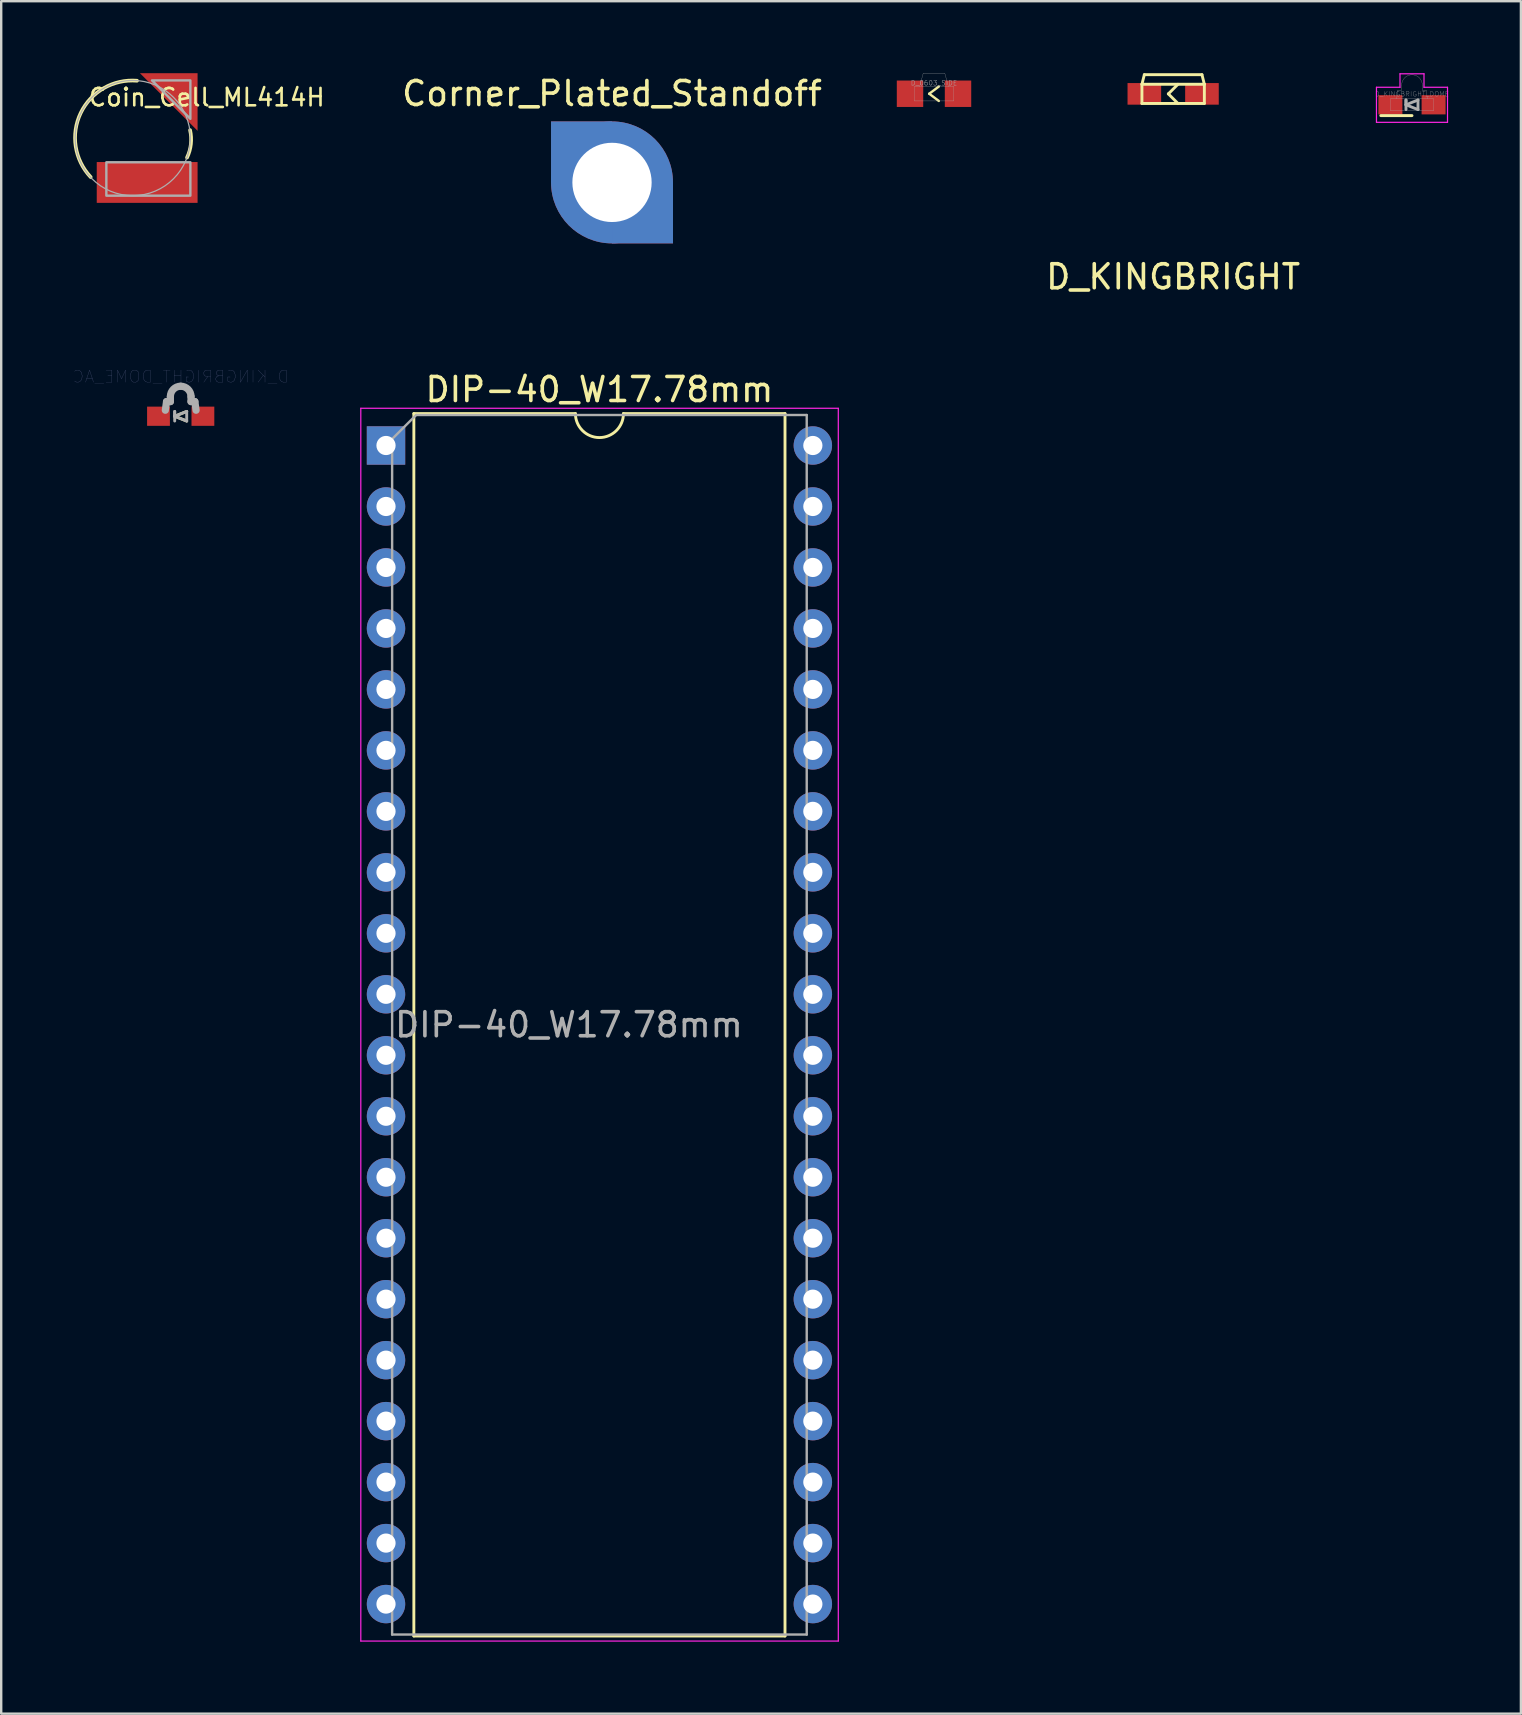
<source format=kicad_pcb>
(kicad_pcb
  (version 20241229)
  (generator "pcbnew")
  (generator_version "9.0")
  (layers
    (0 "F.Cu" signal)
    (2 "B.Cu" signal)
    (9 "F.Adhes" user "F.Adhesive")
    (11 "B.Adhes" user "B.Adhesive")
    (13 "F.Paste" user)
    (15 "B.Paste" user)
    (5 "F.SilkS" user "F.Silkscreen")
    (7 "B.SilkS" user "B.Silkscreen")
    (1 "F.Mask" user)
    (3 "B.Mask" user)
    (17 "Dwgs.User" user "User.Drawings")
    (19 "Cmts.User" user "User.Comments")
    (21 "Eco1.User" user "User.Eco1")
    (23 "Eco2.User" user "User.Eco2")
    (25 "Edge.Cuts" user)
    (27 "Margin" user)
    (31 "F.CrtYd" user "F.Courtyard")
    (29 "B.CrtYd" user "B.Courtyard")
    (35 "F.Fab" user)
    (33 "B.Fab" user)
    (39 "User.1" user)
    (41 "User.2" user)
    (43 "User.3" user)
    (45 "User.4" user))
  (footprint "D_KINGBRIGHT"
    (layer "F.Cu")
    (at 45.817 0.86)
    (property "Reference" "D_KINGBRIGHT" (at 0 7.62 0) (layer "F.SilkS") (effects (font (size 1 1) (thickness 0.15))))
    (attr through_hole)
    (fp_line (start -1.3 -0.4) (end -1.2 -0.8) (stroke (width 0.12) (type solid)) (layer "F.SilkS"))
    (fp_line (start -1.3 -0.4) (end 1.3 -0.4) (stroke (width 0.12) (type solid)) (layer "F.SilkS"))
    (fp_line (start -1.3 0.4) (end -1.3 -0.4) (stroke (width 0.12) (type solid)) (layer "F.SilkS"))
    (fp_line (start -1.2 -0.8) (end 1.2 -0.8) (stroke (width 0.12) (type solid)) (layer "F.SilkS"))
    (fp_line (start -0.2 0) (end 0.2 0.4) (stroke (width 0.12) (type solid)) (layer "F.SilkS"))
    (fp_line (start 0.2 -0.4) (end -0.2 0) (stroke (width 0.12) (type solid)) (layer "F.SilkS"))
    (fp_line (start 1.2 -0.8) (end 1.3 -0.4) (stroke (width 0.12) (type solid)) (layer "F.SilkS"))
    (fp_line (start 1.3 -0.4) (end 1.3 0.4) (stroke (width 0.12) (type solid)) (layer "F.SilkS"))
    (fp_line (start 1.3 0.4) (end -1.3 0.4) (stroke (width 0.12) (type solid)) (layer "F.SilkS"))
    (pad "1" smd rect (at -1.2 0) (size 1.4 0.9) (layers "F.Cu" "F.Mask" "F.Paste"))
    (pad "2" smd rect (at 1.2 0) (size 1.4 0.9) (layers "F.Cu" "F.Mask" "F.Paste")))
  (footprint "D_KINGBRIGHT_DOME_AC"
    (layer "F.Cu")
    (at 4.477 14.288)
    (property "Reference" "D_KINGBRIGHT_DOME_AC" (at 0 -1.65 0) (layer "B.Fab") (effects (font (size 0.5 0.5) (thickness 0.01)) (justify mirror)))
    (attr smd)
    (fp_line (start -0.25 0) (end 0.25 -0.2) (stroke (width 0.12) (type solid)) (layer "F.SilkS"))
    (fp_line (start -0.25 0) (end 0.25 0.2) (stroke (width 0.12) (type solid)) (layer "F.SilkS"))
    (fp_line (start -0.64 -0.25) (end -0.59 -0.61) (stroke (width 0.3) (type solid)) (layer "F.Fab"))
    (fp_line (start -0.59 -0.61) (end -0.43 -0.61) (stroke (width 0.3) (type solid)) (layer "F.Fab"))
    (fp_line (start -0.43 -0.61) (end -0.43 -0.82) (stroke (width 0.3) (type solid)) (layer "F.Fab"))
    (fp_line (start -0.25 -0.2) (end -0.25 0.2) (stroke (width 0.12) (type solid)) (layer "F.Fab"))
    (fp_line (start -0.25 0) (end -0.25 -0.2) (stroke (width 0.12) (type solid)) (layer "F.Fab"))
    (fp_line (start -0.25 0) (end 0.25 -0.2) (stroke (width 0.12) (type solid)) (layer "F.Fab"))
    (fp_line (start 0.25 -0.2) (end 0.25 0.2) (stroke (width 0.12) (type solid)) (layer "F.Fab"))
    (fp_line (start 0.25 0.2) (end -0.25 0) (stroke (width 0.12) (type solid)) (layer "F.Fab"))
    (fp_line (start 0.43 -0.61) (end 0.43 -0.82) (stroke (width 0.3) (type solid)) (layer "F.Fab"))
    (fp_line (start 0.43 -0.61) (end 0.59 -0.61) (stroke (width 0.3) (type solid)) (layer "F.Fab"))
    (fp_line (start 0.64 -0.25) (end 0.59 -0.61) (stroke (width 0.3) (type solid)) (layer "F.Fab"))
    (fp_arc (start -0.43 -0.82) (mid -0.304056 -1.124055) (end 0 -1.25) (stroke (width 0.3) (type default)) (layer "F.Fab"))
    (fp_arc (start 0 -1.25) (mid 0.304055 -1.124056) (end 0.43 -0.82) (stroke (width 0.3) (type default)) (layer "F.Fab"))
    (fp_rect (start -0.9 -0.25) (end 0.9 0.25) (stroke (width 0.3) (type default)) (fill no) (layer "User.1"))
    (pad "A" smd rect (at 0.925 0) (size 0.95 0.8) (layers "F.Cu" "F.Mask" "F.Paste"))
    (pad "C" smd rect (at -0.925 0) (size 0.95 0.8) (layers "F.Cu" "F.Mask" "F.Paste")))
  (footprint "DIP-40_W17.78mm"
    (layer "F.Cu")
    (at 13.029 15.507)
    (property "Reference" "DIP-40_W17.78mm" (at 8.89 -2.33 0) (layer "F.SilkS") (effects (font (size 1 1) (thickness 0.15))))
    (attr through_hole)
    (fp_line (start 1.16 -1.33) (end 1.16 49.59) (stroke (width 0.12) (type solid)) (layer "F.SilkS"))
    (fp_line (start 1.16 49.59) (end 16.62 49.59) (stroke (width 0.12) (type solid)) (layer "F.SilkS"))
    (fp_line (start 7.89 -1.33) (end 1.16 -1.33) (stroke (width 0.12) (type solid)) (layer "F.SilkS"))
    (fp_line (start 16.62 -1.33) (end 9.89 -1.33) (stroke (width 0.12) (type solid)) (layer "F.SilkS"))
    (fp_line (start 16.62 49.59) (end 16.62 -1.33) (stroke (width 0.12) (type solid)) (layer "F.SilkS"))
    (fp_arc (start 9.89 -1.33) (mid 8.89 -0.33) (end 7.89 -1.33) (stroke (width 0.12) (type solid)) (layer "F.SilkS"))
    (fp_line (start -1.05 -1.55) (end -1.05 49.8) (stroke (width 0.05) (type solid)) (layer "F.CrtYd"))
    (fp_line (start -1.05 49.8) (end 18.84 49.8) (stroke (width 0.05) (type solid)) (layer "F.CrtYd"))
    (fp_line (start 18.84 -1.55) (end -1.05 -1.55) (stroke (width 0.05) (type solid)) (layer "F.CrtYd"))
    (fp_line (start 18.84 49.8) (end 18.84 -1.55) (stroke (width 0.05) (type solid)) (layer "F.CrtYd"))
    (fp_line (start 0.255 -0.27) (end 1.255 -1.27) (stroke (width 0.1) (type solid)) (layer "F.Fab"))
    (fp_line (start 0.255 49.53) (end 0.255 -0.27) (stroke (width 0.1) (type solid)) (layer "F.Fab"))
    (fp_line (start 1.255 -1.27) (end 17.525 -1.27) (stroke (width 0.1) (type solid)) (layer "F.Fab"))
    (fp_line (start 17.525 -1.27) (end 17.525 49.53) (stroke (width 0.1) (type solid)) (layer "F.Fab"))
    (fp_line (start 17.525 49.53) (end 0.255 49.53) (stroke (width 0.1) (type solid)) (layer "F.Fab"))
    (fp_text user "${REFERENCE}" (at 7.62 24.13 0) (layer "F.Fab") (effects (font (size 1 1) (thickness 0.15))))
    (pad "1" thru_hole rect (at 0 0) (size 1.6 1.6) (drill 0.8) (layers "*.Cu" "*.Mask"))
    (pad "2" thru_hole oval (at 0 2.54) (size 1.6 1.6) (drill 0.8) (layers "*.Cu" "*.Mask"))
    (pad "3" thru_hole oval (at 0 5.08) (size 1.6 1.6) (drill 0.8) (layers "*.Cu" "*.Mask"))
    (pad "4" thru_hole oval (at 0 7.62) (size 1.6 1.6) (drill 0.8) (layers "*.Cu" "*.Mask"))
    (pad "5" thru_hole oval (at 0 10.16) (size 1.6 1.6) (drill 0.8) (layers "*.Cu" "*.Mask"))
    (pad "6" thru_hole oval (at 0 12.7) (size 1.6 1.6) (drill 0.8) (layers "*.Cu" "*.Mask"))
    (pad "7" thru_hole oval (at 0 15.24) (size 1.6 1.6) (drill 0.8) (layers "*.Cu" "*.Mask"))
    (pad "8" thru_hole oval (at 0 17.78) (size 1.6 1.6) (drill 0.8) (layers "*.Cu" "*.Mask"))
    (pad "9" thru_hole oval (at 0 20.32) (size 1.6 1.6) (drill 0.8) (layers "*.Cu" "*.Mask"))
    (pad "10" thru_hole oval (at 0 22.86) (size 1.6 1.6) (drill 0.8) (layers "*.Cu" "*.Mask"))
    (pad "11" thru_hole oval (at 0 25.4) (size 1.6 1.6) (drill 0.8) (layers "*.Cu" "*.Mask"))
    (pad "12" thru_hole oval (at 0 27.94) (size 1.6 1.6) (drill 0.8) (layers "*.Cu" "*.Mask"))
    (pad "13" thru_hole oval (at 0 30.48) (size 1.6 1.6) (drill 0.8) (layers "*.Cu" "*.Mask"))
    (pad "14" thru_hole oval (at 0 33.02) (size 1.6 1.6) (drill 0.8) (layers "*.Cu" "*.Mask"))
    (pad "15" thru_hole oval (at 0 35.56) (size 1.6 1.6) (drill 0.8) (layers "*.Cu" "*.Mask"))
    (pad "16" thru_hole oval (at 0 38.1) (size 1.6 1.6) (drill 0.8) (layers "*.Cu" "*.Mask"))
    (pad "17" thru_hole oval (at 0 40.64) (size 1.6 1.6) (drill 0.8) (layers "*.Cu" "*.Mask"))
    (pad "18" thru_hole oval (at 0 43.18) (size 1.6 1.6) (drill 0.8) (layers "*.Cu" "*.Mask"))
    (pad "19" thru_hole oval (at 0 45.72) (size 1.6 1.6) (drill 0.8) (layers "*.Cu" "*.Mask"))
    (pad "20" thru_hole oval (at 0 48.26) (size 1.6 1.6) (drill 0.8) (layers "*.Cu" "*.Mask"))
    (pad "21" thru_hole oval (at 17.78 48.26) (size 1.6 1.6) (drill 0.8) (layers "*.Cu" "*.Mask"))
    (pad "22" thru_hole oval (at 17.78 45.72) (size 1.6 1.6) (drill 0.8) (layers "*.Cu" "*.Mask"))
    (pad "23" thru_hole oval (at 17.78 43.18) (size 1.6 1.6) (drill 0.8) (layers "*.Cu" "*.Mask"))
    (pad "24" thru_hole oval (at 17.78 40.64) (size 1.6 1.6) (drill 0.8) (layers "*.Cu" "*.Mask"))
    (pad "25" thru_hole oval (at 17.78 38.1) (size 1.6 1.6) (drill 0.8) (layers "*.Cu" "*.Mask"))
    (pad "26" thru_hole oval (at 17.78 35.56) (size 1.6 1.6) (drill 0.8) (layers "*.Cu" "*.Mask"))
    (pad "27" thru_hole oval (at 17.78 33.02) (size 1.6 1.6) (drill 0.8) (layers "*.Cu" "*.Mask"))
    (pad "28" thru_hole oval (at 17.78 30.48) (size 1.6 1.6) (drill 0.8) (layers "*.Cu" "*.Mask"))
    (pad "29" thru_hole oval (at 17.78 27.94) (size 1.6 1.6) (drill 0.8) (layers "*.Cu" "*.Mask"))
    (pad "30" thru_hole oval (at 17.78 25.4) (size 1.6 1.6) (drill 0.8) (layers "*.Cu" "*.Mask"))
    (pad "31" thru_hole oval (at 17.78 22.86) (size 1.6 1.6) (drill 0.8) (layers "*.Cu" "*.Mask"))
    (pad "32" thru_hole oval (at 17.78 20.32) (size 1.6 1.6) (drill 0.8) (layers "*.Cu" "*.Mask"))
    (pad "33" thru_hole oval (at 17.78 17.78) (size 1.6 1.6) (drill 0.8) (layers "*.Cu" "*.Mask"))
    (pad "34" thru_hole oval (at 17.78 15.24) (size 1.6 1.6) (drill 0.8) (layers "*.Cu" "*.Mask"))
    (pad "35" thru_hole oval (at 17.78 12.7) (size 1.6 1.6) (drill 0.8) (layers "*.Cu" "*.Mask"))
    (pad "36" thru_hole oval (at 17.78 10.16) (size 1.6 1.6) (drill 0.8) (layers "*.Cu" "*.Mask"))
    (pad "37" thru_hole oval (at 17.78 7.62) (size 1.6 1.6) (drill 0.8) (layers "*.Cu" "*.Mask"))
    (pad "38" thru_hole oval (at 17.78 5.08) (size 1.6 1.6) (drill 0.8) (layers "*.Cu" "*.Mask"))
    (pad "39" thru_hole oval (at 17.78 2.54) (size 1.6 1.6) (drill 0.8) (layers "*.Cu" "*.Mask"))
    (pad "40" thru_hole oval (at 17.78 0) (size 1.6 1.6) (drill 0.8) (layers "*.Cu" "*.Mask")))
  (footprint "Corner_Plated_Standoff"
    (layer "F.Cu")
    (at 22.443 4.548)
    (property "Reference" "Corner_Plated_Standoff" (at 0 -3.7 0) (layer "F.SilkS") (effects (font (size 1 1) (thickness 0.15))))
    (attr through_hole)
    (pad "1" smd rect (at -1.27 -1.27) (size 2.54 2.54) (layers "F.Cu" "F.Mask"))
    (pad "1" smd rect (at -1.27 -1.27) (size 2.54 2.54) (layers "B.Cu" "B.Mask"))
    (pad "1" thru_hole circle (at 0 0) (size 5.08 5.08) (drill 3.302) (layers "*.Cu" "*.Mask"))
    (pad "1" smd rect (at 1.27 1.27) (size 2.54 2.54) (layers "F.Cu" "F.Mask"))
    (pad "1" smd rect (at 1.27 1.27) (size 2.54 2.54) (layers "B.Cu" "B.Mask")))
  (footprint "Coin_Cell_ML414H"
    (layer "F.Cu")
    (at 2.48 2.7)
    (property "Reference" "Coin_Cell_ML414H" (at -1.905 -1.27 0) (layer "F.SilkS") (effects (font (size 0.724 0.724) (thickness 0.109)) (justify left bottom)))
    (attr through_hole)
    (fp_poly (pts (xy -1.5 2.7) (xy 2.7 2.7) (xy 2.7 1) (xy -1.5 1)) (stroke (width 0) (type solid)) (fill yes) (layer "F.Mask"))
    (fp_arc (start -1.752599 1.625602) (mid -2.167967 -1.045069) (end 0.1778 -2.3876) (stroke (width 0.1524) (type solid)) (layer "F.SilkS"))
    (fp_arc (start 2.3876 -0.3302) (mid 2.42159 0.252132) (end 2.260599 0.8128) (stroke (width 0.1524) (type solid)) (layer "F.SilkS"))
    (fp_poly (pts (xy -1.5 2.7) (xy 2.7 2.7) (xy 2.7 1) (xy -1.5 1)) (stroke (width 0) (type solid)) (fill yes) (layer "F.Paste"))
    (fp_circle (center 0 0) (end 2.4 0) (stroke (width 0.051) (type solid)) (fill no) (layer "F.Fab"))
    (fp_poly (pts (xy 0.8 -2.4) (xy 2.4 -2.4) (xy 2.4 -0.8)) (stroke (width 0.1) (type solid)) (fill no) (layer "F.Fab"))
    (fp_poly (pts (xy -1.1 2.4) (xy 2.4 2.4) (xy 2.4 1.01) (xy -1.1 1.01)) (stroke (width 0.1) (type solid)) (fill no) (layer "F.Fab"))
    (pad "1" smd custom (at 1.7 -1.7) (size 0.1 0.1) (layers "F.Cu" "F.Mask" "F.Paste") (options (anchor rect)) (primitives (gr_poly (pts (xy -1.4 -1) (xy 1 -1) (xy 1 1.4)) (width 0) (fill yes))))
    (pad "2" smd rect (at 0.6 1.85) (size 4.2 1.7) (layers "F.Cu" "F.Mask")))
  (footprint "D_0603_SIDE"
    (layer "F.Cu")
    (at 35.856 0.855)
    (property "Reference" "D_0603_SIDE" (at 0 -0.45 0) (layer "F.Fab") (effects (font (size 0.2 0.2) (thickness 0.015))))
    (attr smd)
    (fp_line (start -0.2 0) (end 0.2 -0.3) (stroke (width 0.1) (type solid)) (layer "F.SilkS"))
    (fp_line (start 0.2 0.3) (end -0.2 0) (stroke (width 0.1) (type solid)) (layer "F.SilkS"))
    (fp_line (start -0.825 -0.3) (end 0.825 -0.3) (stroke (width 0.01) (type solid)) (layer "F.Fab"))
    (fp_line (start -0.825 0.3) (end -0.825 -0.3) (stroke (width 0.01) (type solid)) (layer "F.Fab"))
    (fp_line (start -0.45 -0.85) (end -0.6 -0.3) (stroke (width 0.01) (type solid)) (layer "F.Fab"))
    (fp_line (start 0.45 -0.85) (end -0.45 -0.85) (stroke (width 0.01) (type solid)) (layer "F.Fab"))
    (fp_line (start 0.6 -0.3) (end 0.45 -0.85) (stroke (width 0.01) (type solid)) (layer "F.Fab"))
    (fp_line (start 0.825 -0.3) (end 0.825 0.3) (stroke (width 0.01) (type solid)) (layer "F.Fab"))
    (fp_line (start 0.825 0.3) (end -0.825 0.3) (stroke (width 0.01) (type solid)) (layer "F.Fab"))
    (pad "1" smd rect (at -1 0 180) (size 1.1 1.1) (layers "F.Cu" "F.Mask" "F.Paste"))
    (pad "2" smd rect (at 1 0 180) (size 1.1 1.1) (layers "F.Cu" "F.Mask" "F.Paste")))
  (footprint "D_KINGBRIGHT_DOME"
    (layer "F.Cu")
    (at 55.766 1.315)
    (property "Reference" "D_KINGBRIGHT_DOME" (at 0 -0.45 0) (layer "F.Fab") (effects (font (size 0.2 0.2) (thickness 0.01))))
    (attr smd)
    (fp_line (start -1.3 0.45) (end 0 0.45) (stroke (width 0.12) (type solid)) (layer "F.SilkS"))
    (fp_line (start -1.48 -0.73) (end -0.5 -0.73) (stroke (width 0.05) (type default)) (layer "F.CrtYd"))
    (fp_line (start -1.48 0.73) (end -1.48 -0.73) (stroke (width 0.05) (type solid)) (layer "F.CrtYd"))
    (fp_line (start -0.5 -1.29) (end 0.5 -1.29) (stroke (width 0.05) (type default)) (layer "F.CrtYd"))
    (fp_line (start -0.5 -0.73) (end -0.5 -1.29) (stroke (width 0.05) (type default)) (layer "F.CrtYd"))
    (fp_line (start 0.5 -1.29) (end 0.5 -0.73) (stroke (width 0.05) (type default)) (layer "F.CrtYd"))
    (fp_line (start 0.5 -0.73) (end 1.48 -0.73) (stroke (width 0.05) (type default)) (layer "F.CrtYd"))
    (fp_line (start 1.48 -0.73) (end 1.48 0.73) (stroke (width 0.05) (type solid)) (layer "F.CrtYd"))
    (fp_line (start 1.48 0.73) (end -1.48 0.73) (stroke (width 0.05) (type solid)) (layer "F.CrtYd"))
    (fp_line (start -0.9 -0.25) (end 0.9 -0.25) (stroke (width 0.01) (type solid)) (layer "F.Fab"))
    (fp_line (start -0.9 0.25) (end -0.9 -0.25) (stroke (width 0.01) (type solid)) (layer "F.Fab"))
    (fp_line (start -0.64 -0.25) (end -0.59 -0.61) (stroke (width 0.01) (type solid)) (layer "F.Fab"))
    (fp_line (start -0.59 -0.61) (end -0.43 -0.61) (stroke (width 0.01) (type solid)) (layer "F.Fab"))
    (fp_line (start -0.43 -0.61) (end -0.43 -0.82) (stroke (width 0.01) (type solid)) (layer "F.Fab"))
    (fp_line (start -0.25 -0.2) (end -0.25 0.2) (stroke (width 0.12) (type solid)) (layer "F.Fab"))
    (fp_line (start -0.25 0) (end -0.25 -0.2) (stroke (width 0.12) (type solid)) (layer "F.Fab"))
    (fp_line (start -0.25 0) (end 0.25 -0.2) (stroke (width 0.12) (type solid)) (layer "F.Fab"))
    (fp_line (start 0.25 -0.2) (end 0.25 0.2) (stroke (width 0.12) (type solid)) (layer "F.Fab"))
    (fp_line (start 0.25 0.2) (end -0.25 0) (stroke (width 0.12) (type solid)) (layer "F.Fab"))
    (fp_line (start 0.43 -0.61) (end 0.43 -0.82) (stroke (width 0.01) (type solid)) (layer "F.Fab"))
    (fp_line (start 0.43 -0.61) (end 0.59 -0.61) (stroke (width 0.01) (type solid)) (layer "F.Fab"))
    (fp_line (start 0.64 -0.25) (end 0.59 -0.61) (stroke (width 0.01) (type solid)) (layer "F.Fab"))
    (fp_line (start 0.9 -0.25) (end 0.9 0.25) (stroke (width 0.01) (type solid)) (layer "F.Fab"))
    (fp_line (start 0.9 0.25) (end -0.9 0.25) (stroke (width 0.01) (type solid)) (layer "F.Fab"))
    (fp_arc (start -0.43 -0.82) (mid -0.304056 -1.124056) (end 0 -1.25) (stroke (width 0.01) (type default)) (layer "F.Fab"))
    (fp_arc (start 0 -1.25) (mid 0.304056 -1.124056) (end 0.43 -0.82) (stroke (width 0.01) (type default)) (layer "F.Fab"))
    (pad "1" smd rect (at -0.9 0) (size 1 0.8) (layers "F.Cu" "F.Mask" "F.Paste"))
    (pad "2" smd rect (at 0.9 0) (size 1 0.8) (layers "F.Cu" "F.Mask" "F.Paste")))
  (gr_rect
    (start -3 -3)
    (end 60.303 68.332)
    (stroke (width 0.1) (type default))
    (fill no)
    (layer "Edge.Cuts")))
</source>
